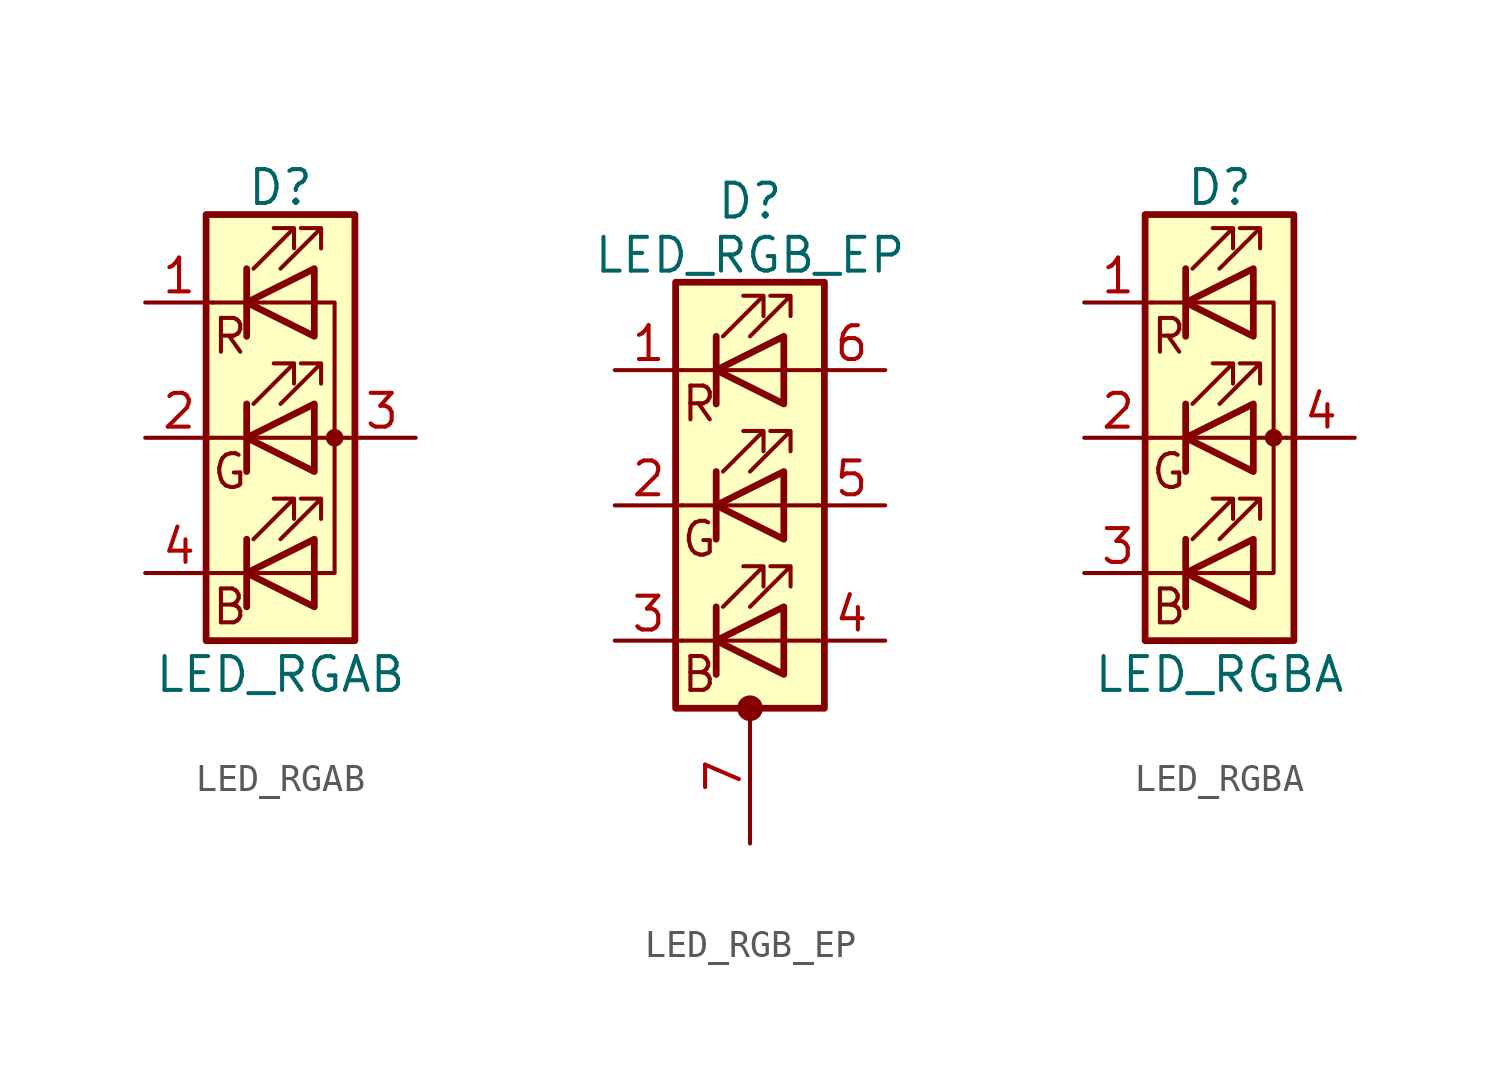
<source format=kicad_sym>
(kicad_symbol_lib
  (version 20211014)
  (generator kicad_symbol_editor)
  (symbol "LED_RGAB"
    (pin_names
      (offset 0) hide)
    (property "Reference" "D"
      (at 0 9.398 0)
      (effects (font (size 1.27 1.27))))
    (property "Value" "LED_RGAB"
      (at 0 -8.89 0)
      (effects (font (size 1.27 1.27))))
    (symbol "LED_RGAB_0_0"
      (text "B" (at -1.905 -6.35 0) (effects (font (size 1.27 1.27))))
      (text "G" (at -1.905 -1.27 0) (effects (font (size 1.27 1.27))))
      (text "R" (at -1.905 3.81 0) (effects (font (size 1.27 1.27)))))
    (symbol "LED_RGAB_0_1"
      (polyline (pts (xy -1.27 -5.08) (xy -2.54 -5.08)) (stroke (width 0) (type default) (color 0 0 0 0)) (fill (type none)))
      (polyline (pts (xy -1.27 -5.08) (xy 1.27 -5.08)) (stroke (width 0) (type default) (color 0 0 0 0)) (fill (type none)))
      (polyline (pts (xy -1.27 -3.81) (xy -1.27 -6.35)) (stroke (width 0.254) (type default) (color 0 0 0 0)) (fill (type none)))
      (polyline (pts (xy -1.27 0) (xy -2.54 0)) (stroke (width 0) (type default) (color 0 0 0 0)) (fill (type none)))
      (polyline (pts (xy -1.27 1.27) (xy -1.27 -1.27)) (stroke (width 0.254) (type default) (color 0 0 0 0)) (fill (type none)))
      (polyline (pts (xy -1.27 5.08) (xy -2.54 5.08)) (stroke (width 0) (type default) (color 0 0 0 0)) (fill (type none)))
      (polyline (pts (xy -1.27 5.08) (xy 1.27 5.08)) (stroke (width 0) (type default) (color 0 0 0 0)) (fill (type none)))
      (polyline (pts (xy -1.27 6.35) (xy -1.27 3.81)) (stroke (width 0.254) (type default) (color 0 0 0 0)) (fill (type none)))
      (polyline (pts (xy 1.27 0) (xy -1.27 0)) (stroke (width 0) (type default) (color 0 0 0 0)) (fill (type none)))
      (polyline (pts (xy 1.27 0) (xy 2.54 0)) (stroke (width 0) (type default) (color 0 0 0 0)) (fill (type none)))
      (polyline (pts (xy -1.27 1.27) (xy -1.27 -1.27) (xy -1.27 -1.27)) (stroke (width 0) (type default) (color 0 0 0 0)) (fill (type none)))
      (polyline (pts (xy -1.27 6.35) (xy -1.27 3.81) (xy -1.27 3.81)) (stroke (width 0) (type default) (color 0 0 0 0)) (fill (type none)))
      (polyline (pts (xy 1.27 -5.08) (xy 2.032 -5.08) (xy 2.032 5.08) (xy 1.27 5.08)) (stroke (width 0) (type default) (color 0 0 0 0)) (fill (type none)))
      (polyline (pts (xy 1.27 -3.81) (xy 1.27 -6.35) (xy -1.27 -5.08) (xy 1.27 -3.81)) (stroke (width 0.254) (type default) (color 0 0 0 0)) (fill (type none)))
      (polyline (pts (xy 1.27 1.27) (xy 1.27 -1.27) (xy -1.27 0) (xy 1.27 1.27)) (stroke (width 0.254) (type default) (color 0 0 0 0)) (fill (type none)))
      (polyline (pts (xy 1.27 6.35) (xy 1.27 3.81) (xy -1.27 5.08) (xy 1.27 6.35)) (stroke (width 0.254) (type default) (color 0 0 0 0)) (fill (type none)))
      (polyline (pts (xy -1.016 -3.81) (xy 0.508 -2.286) (xy -0.254 -2.286) (xy 0.508 -2.286) (xy 0.508 -3.048)) (stroke (width 0) (type default) (color 0 0 0 0)) (fill (type none)))
      (polyline (pts (xy -1.016 1.27) (xy 0.508 2.794) (xy -0.254 2.794) (xy 0.508 2.794) (xy 0.508 2.032)) (stroke (width 0) (type default) (color 0 0 0 0)) (fill (type none)))
      (polyline (pts (xy -1.016 6.35) (xy 0.508 7.874) (xy -0.254 7.874) (xy 0.508 7.874) (xy 0.508 7.112)) (stroke (width 0) (type default) (color 0 0 0 0)) (fill (type none)))
      (polyline (pts (xy 0 -3.81) (xy 1.524 -2.286) (xy 0.762 -2.286) (xy 1.524 -2.286) (xy 1.524 -3.048)) (stroke (width 0) (type default) (color 0 0 0 0)) (fill (type none)))
      (polyline (pts (xy 0 1.27) (xy 1.524 2.794) (xy 0.762 2.794) (xy 1.524 2.794) (xy 1.524 2.032)) (stroke (width 0) (type default) (color 0 0 0 0)) (fill (type none)))
      (polyline (pts (xy 0 6.35) (xy 1.524 7.874) (xy 0.762 7.874) (xy 1.524 7.874) (xy 1.524 7.112)) (stroke (width 0) (type default) (color 0 0 0 0)) (fill (type none)))
      (rectangle (start 1.27 -1.27) (end 1.27 1.27) (stroke (width 0) (type default) (color 0 0 0 0)) (fill (type none)))
      (rectangle (start 1.27 1.27) (end 1.27 1.27) (stroke (width 0) (type default) (color 0 0 0 0)) (fill (type none)))
      (rectangle (start 1.27 3.81) (end 1.27 6.35) (stroke (width 0) (type default) (color 0 0 0 0)) (fill (type none)))
      (rectangle (start 1.27 6.35) (end 1.27 6.35) (stroke (width 0) (type default) (color 0 0 0 0)) (fill (type none)))
      (circle (center 2.032 0) (radius 0.254) (stroke (width 0) (type default) (color 0 0 0 0)) (fill (type outline)))
      (rectangle (start 2.794 8.382) (end -2.794 -7.62) (stroke (width 0.254) (type default) (color 0 0 0 0)) (fill (type background))))
    (symbol "LED_RGAB_1_1"
      (pin passive line (at -5.08 5.08 0) (length 2.54) (name "RK" (effects (font (size 1.27 1.27)))) (number "1" (effects (font (size 1.27 1.27)))))
      (pin passive line (at -5.08 0 0) (length 2.54) (name "GK" (effects (font (size 1.27 1.27)))) (number "2" (effects (font (size 1.27 1.27)))))
      (pin passive line (at 5.08 0 180) (length 2.54) (name "A" (effects (font (size 1.27 1.27)))) (number "3" (effects (font (size 1.27 1.27)))))
      (pin passive line (at -5.08 -5.08 0) (length 2.54) (name "BK" (effects (font (size 1.27 1.27)))) (number "4" (effects (font (size 1.27 1.27)))))))
  (symbol "LED_RGB_EP"
    (pin_names
      (offset 0) hide)
    (property "Reference" "D"
      (at 0 11.43 0)
      (effects (font (size 1.27 1.27))))
    (property "Value" "LED_RGB_EP"
      (at 0 9.398 0)
      (effects (font (size 1.27 1.27))))
    (symbol "LED_RGB_EP_0_0"
      (text "B" (at -1.905 -6.35 0) (effects (font (size 1.27 1.27))))
      (text "G" (at -1.905 -1.27 0) (effects (font (size 1.27 1.27))))
      (text "R" (at -1.905 3.81 0) (effects (font (size 1.27 1.27)))))
    (symbol "LED_RGB_EP_0_1"
      (circle (center 0 -7.62) (radius 0.356) (stroke (width 0.254) (type default) (color 0 0 0 0)) (fill (type outline)))
      (polyline (pts (xy -1.27 -5.08) (xy -2.54 -5.08)) (stroke (width 0) (type default) (color 0 0 0 0)) (fill (type none)))
      (polyline (pts (xy -1.27 -3.81) (xy -1.27 -6.35)) (stroke (width 0.254) (type default) (color 0 0 0 0)) (fill (type none)))
      (polyline (pts (xy -1.27 0) (xy -2.54 0)) (stroke (width 0) (type default) (color 0 0 0 0)) (fill (type none)))
      (polyline (pts (xy -1.27 1.27) (xy -1.27 -1.27)) (stroke (width 0.254) (type default) (color 0 0 0 0)) (fill (type none)))
      (polyline (pts (xy -1.27 5.08) (xy -2.54 5.08)) (stroke (width 0) (type default) (color 0 0 0 0)) (fill (type none)))
      (polyline (pts (xy -1.27 5.08) (xy 1.27 5.08)) (stroke (width 0) (type default) (color 0 0 0 0)) (fill (type none)))
      (polyline (pts (xy -1.27 6.35) (xy -1.27 3.81)) (stroke (width 0.254) (type default) (color 0 0 0 0)) (fill (type none)))
      (polyline (pts (xy -1.016 0) (xy 1.27 0)) (stroke (width 0) (type default) (color 0 0 0 0)) (fill (type none)))
      (polyline (pts (xy 1.27 -5.08) (xy -1.27 -5.08)) (stroke (width 0) (type default) (color 0 0 0 0)) (fill (type none)))
      (polyline (pts (xy 1.27 -5.08) (xy 2.54 -5.08)) (stroke (width 0) (type default) (color 0 0 0 0)) (fill (type none)))
      (polyline (pts (xy 1.27 5.08) (xy 2.54 5.08)) (stroke (width 0) (type default) (color 0 0 0 0)) (fill (type none)))
      (polyline (pts (xy 2.54 0) (xy 1.27 0)) (stroke (width 0) (type default) (color 0 0 0 0)) (fill (type none)))
      (polyline (pts (xy -1.27 1.27) (xy -1.27 -1.27) (xy -1.27 -1.27)) (stroke (width 0) (type default) (color 0 0 0 0)) (fill (type none)))
      (polyline (pts (xy -1.27 6.35) (xy -1.27 3.81) (xy -1.27 3.81)) (stroke (width 0) (type default) (color 0 0 0 0)) (fill (type none)))
      (polyline (pts (xy 1.27 -3.81) (xy 1.27 -6.35) (xy -1.27 -5.08) (xy 1.27 -3.81)) (stroke (width 0.254) (type default) (color 0 0 0 0)) (fill (type none)))
      (polyline (pts (xy 1.27 1.27) (xy 1.27 -1.27) (xy -1.27 0) (xy 1.27 1.27)) (stroke (width 0.254) (type default) (color 0 0 0 0)) (fill (type none)))
      (polyline (pts (xy 1.27 6.35) (xy 1.27 3.81) (xy -1.27 5.08) (xy 1.27 6.35)) (stroke (width 0.254) (type default) (color 0 0 0 0)) (fill (type none)))
      (polyline (pts (xy -1.016 -3.81) (xy 0.508 -2.286) (xy -0.254 -2.286) (xy 0.508 -2.286) (xy 0.508 -3.048)) (stroke (width 0) (type default) (color 0 0 0 0)) (fill (type none)))
      (polyline (pts (xy -1.016 1.27) (xy 0.508 2.794) (xy -0.254 2.794) (xy 0.508 2.794) (xy 0.508 2.032)) (stroke (width 0) (type default) (color 0 0 0 0)) (fill (type none)))
      (polyline (pts (xy -1.016 6.35) (xy 0.508 7.874) (xy -0.254 7.874) (xy 0.508 7.874) (xy 0.508 7.112)) (stroke (width 0) (type default) (color 0 0 0 0)) (fill (type none)))
      (polyline (pts (xy 0 -3.81) (xy 1.524 -2.286) (xy 0.762 -2.286) (xy 1.524 -2.286) (xy 1.524 -3.048)) (stroke (width 0) (type default) (color 0 0 0 0)) (fill (type none)))
      (polyline (pts (xy 0 1.27) (xy 1.524 2.794) (xy 0.762 2.794) (xy 1.524 2.794) (xy 1.524 2.032)) (stroke (width 0) (type default) (color 0 0 0 0)) (fill (type none)))
      (polyline (pts (xy 0 6.35) (xy 1.524 7.874) (xy 0.762 7.874) (xy 1.524 7.874) (xy 1.524 7.112)) (stroke (width 0) (type default) (color 0 0 0 0)) (fill (type none)))
      (rectangle (start 1.27 -1.27) (end 1.27 1.27) (stroke (width 0) (type default) (color 0 0 0 0)) (fill (type none)))
      (rectangle (start 1.27 1.27) (end 1.27 1.27) (stroke (width 0) (type default) (color 0 0 0 0)) (fill (type none)))
      (rectangle (start 1.27 3.81) (end 1.27 6.35) (stroke (width 0) (type default) (color 0 0 0 0)) (fill (type none)))
      (rectangle (start 1.27 6.35) (end 1.27 6.35) (stroke (width 0) (type default) (color 0 0 0 0)) (fill (type none)))
      (rectangle (start 2.794 8.382) (end -2.794 -7.62) (stroke (width 0.254) (type default) (color 0 0 0 0)) (fill (type background))))
    (symbol "LED_RGB_EP_1_1"
      (pin passive line (at -5.08 5.08 0) (length 2.54) (name "RK" (effects (font (size 1.27 1.27)))) (number "1" (effects (font (size 1.27 1.27)))))
      (pin passive line (at -5.08 0 0) (length 2.54) (name "GK" (effects (font (size 1.27 1.27)))) (number "2" (effects (font (size 1.27 1.27)))))
      (pin passive line (at -5.08 -5.08 0) (length 2.54) (name "BK" (effects (font (size 1.27 1.27)))) (number "3" (effects (font (size 1.27 1.27)))))
      (pin passive line (at 5.08 -5.08 180) (length 2.54) (name "BA" (effects (font (size 1.27 1.27)))) (number "4" (effects (font (size 1.27 1.27)))))
      (pin passive line (at 5.08 0 180) (length 2.54) (name "GA" (effects (font (size 1.27 1.27)))) (number "5" (effects (font (size 1.27 1.27)))))
      (pin passive line (at 5.08 5.08 180) (length 2.54) (name "RA" (effects (font (size 1.27 1.27)))) (number "6" (effects (font (size 1.27 1.27)))))
      (pin passive line (at 0 -12.7 90) (length 5.08) (name "PAD" (effects (font (size 1.27 1.27)))) (number "7" (effects (font (size 1.27 1.27)))))))
  (symbol "LED_RGBA"
    (pin_names
      (offset 0) hide)
    (property "Reference" "D"
      (at 0 9.398 0)
      (effects (font (size 1.27 1.27))))
    (property "Value" "LED_RGBA"
      (at 0 -8.89 0)
      (effects (font (size 1.27 1.27))))
    (symbol "LED_RGBA_0_0"
      (text "B" (at -1.905 -6.35 0) (effects (font (size 1.27 1.27))))
      (text "G" (at -1.905 -1.27 0) (effects (font (size 1.27 1.27))))
      (text "R" (at -1.905 3.81 0) (effects (font (size 1.27 1.27)))))
    (symbol "LED_RGBA_0_1"
      (polyline (pts (xy -1.27 -5.08) (xy -2.54 -5.08)) (stroke (width 0) (type default) (color 0 0 0 0)) (fill (type none)))
      (polyline (pts (xy -1.27 -5.08) (xy 1.27 -5.08)) (stroke (width 0) (type default) (color 0 0 0 0)) (fill (type none)))
      (polyline (pts (xy -1.27 -3.81) (xy -1.27 -6.35)) (stroke (width 0.254) (type default) (color 0 0 0 0)) (fill (type none)))
      (polyline (pts (xy -1.27 0) (xy -2.54 0)) (stroke (width 0) (type default) (color 0 0 0 0)) (fill (type none)))
      (polyline (pts (xy -1.27 1.27) (xy -1.27 -1.27)) (stroke (width 0.254) (type default) (color 0 0 0 0)) (fill (type none)))
      (polyline (pts (xy -1.27 5.08) (xy -2.54 5.08)) (stroke (width 0) (type default) (color 0 0 0 0)) (fill (type none)))
      (polyline (pts (xy -1.27 5.08) (xy 1.27 5.08)) (stroke (width 0) (type default) (color 0 0 0 0)) (fill (type none)))
      (polyline (pts (xy -1.27 6.35) (xy -1.27 3.81)) (stroke (width 0.254) (type default) (color 0 0 0 0)) (fill (type none)))
      (polyline (pts (xy 1.27 0) (xy -1.27 0)) (stroke (width 0) (type default) (color 0 0 0 0)) (fill (type none)))
      (polyline (pts (xy 1.27 0) (xy 2.54 0)) (stroke (width 0) (type default) (color 0 0 0 0)) (fill (type none)))
      (polyline (pts (xy -1.27 1.27) (xy -1.27 -1.27) (xy -1.27 -1.27)) (stroke (width 0) (type default) (color 0 0 0 0)) (fill (type none)))
      (polyline (pts (xy -1.27 6.35) (xy -1.27 3.81) (xy -1.27 3.81)) (stroke (width 0) (type default) (color 0 0 0 0)) (fill (type none)))
      (polyline (pts (xy 1.27 -5.08) (xy 2.032 -5.08) (xy 2.032 5.08) (xy 1.27 5.08)) (stroke (width 0) (type default) (color 0 0 0 0)) (fill (type none)))
      (polyline (pts (xy 1.27 -3.81) (xy 1.27 -6.35) (xy -1.27 -5.08) (xy 1.27 -3.81)) (stroke (width 0.254) (type default) (color 0 0 0 0)) (fill (type none)))
      (polyline (pts (xy 1.27 1.27) (xy 1.27 -1.27) (xy -1.27 0) (xy 1.27 1.27)) (stroke (width 0.254) (type default) (color 0 0 0 0)) (fill (type none)))
      (polyline (pts (xy 1.27 6.35) (xy 1.27 3.81) (xy -1.27 5.08) (xy 1.27 6.35)) (stroke (width 0.254) (type default) (color 0 0 0 0)) (fill (type none)))
      (polyline (pts (xy -1.016 -3.81) (xy 0.508 -2.286) (xy -0.254 -2.286) (xy 0.508 -2.286) (xy 0.508 -3.048)) (stroke (width 0) (type default) (color 0 0 0 0)) (fill (type none)))
      (polyline (pts (xy -1.016 1.27) (xy 0.508 2.794) (xy -0.254 2.794) (xy 0.508 2.794) (xy 0.508 2.032)) (stroke (width 0) (type default) (color 0 0 0 0)) (fill (type none)))
      (polyline (pts (xy -1.016 6.35) (xy 0.508 7.874) (xy -0.254 7.874) (xy 0.508 7.874) (xy 0.508 7.112)) (stroke (width 0) (type default) (color 0 0 0 0)) (fill (type none)))
      (polyline (pts (xy 0 -3.81) (xy 1.524 -2.286) (xy 0.762 -2.286) (xy 1.524 -2.286) (xy 1.524 -3.048)) (stroke (width 0) (type default) (color 0 0 0 0)) (fill (type none)))
      (polyline (pts (xy 0 1.27) (xy 1.524 2.794) (xy 0.762 2.794) (xy 1.524 2.794) (xy 1.524 2.032)) (stroke (width 0) (type default) (color 0 0 0 0)) (fill (type none)))
      (polyline (pts (xy 0 6.35) (xy 1.524 7.874) (xy 0.762 7.874) (xy 1.524 7.874) (xy 1.524 7.112)) (stroke (width 0) (type default) (color 0 0 0 0)) (fill (type none)))
      (rectangle (start 1.27 -1.27) (end 1.27 1.27) (stroke (width 0) (type default) (color 0 0 0 0)) (fill (type none)))
      (rectangle (start 1.27 1.27) (end 1.27 1.27) (stroke (width 0) (type default) (color 0 0 0 0)) (fill (type none)))
      (rectangle (start 1.27 3.81) (end 1.27 6.35) (stroke (width 0) (type default) (color 0 0 0 0)) (fill (type none)))
      (rectangle (start 1.27 6.35) (end 1.27 6.35) (stroke (width 0) (type default) (color 0 0 0 0)) (fill (type none)))
      (circle (center 2.032 0) (radius 0.254) (stroke (width 0) (type default) (color 0 0 0 0)) (fill (type outline)))
      (rectangle (start 2.794 8.382) (end -2.794 -7.62) (stroke (width 0.254) (type default) (color 0 0 0 0)) (fill (type background))))
    (symbol "LED_RGBA_1_1"
      (pin passive line (at -5.08 5.08 0) (length 2.54) (name "RK" (effects (font (size 1.27 1.27)))) (number "1" (effects (font (size 1.27 1.27)))))
      (pin passive line (at -5.08 0 0) (length 2.54) (name "GK" (effects (font (size 1.27 1.27)))) (number "2" (effects (font (size 1.27 1.27)))))
      (pin passive line (at -5.08 -5.08 0) (length 2.54) (name "BK" (effects (font (size 1.27 1.27)))) (number "3" (effects (font (size 1.27 1.27)))))
      (pin passive line (at 5.08 0 180) (length 2.54) (name "A" (effects (font (size 1.27 1.27)))) (number "4" (effects (font (size 1.27 1.27))))))))
</source>
